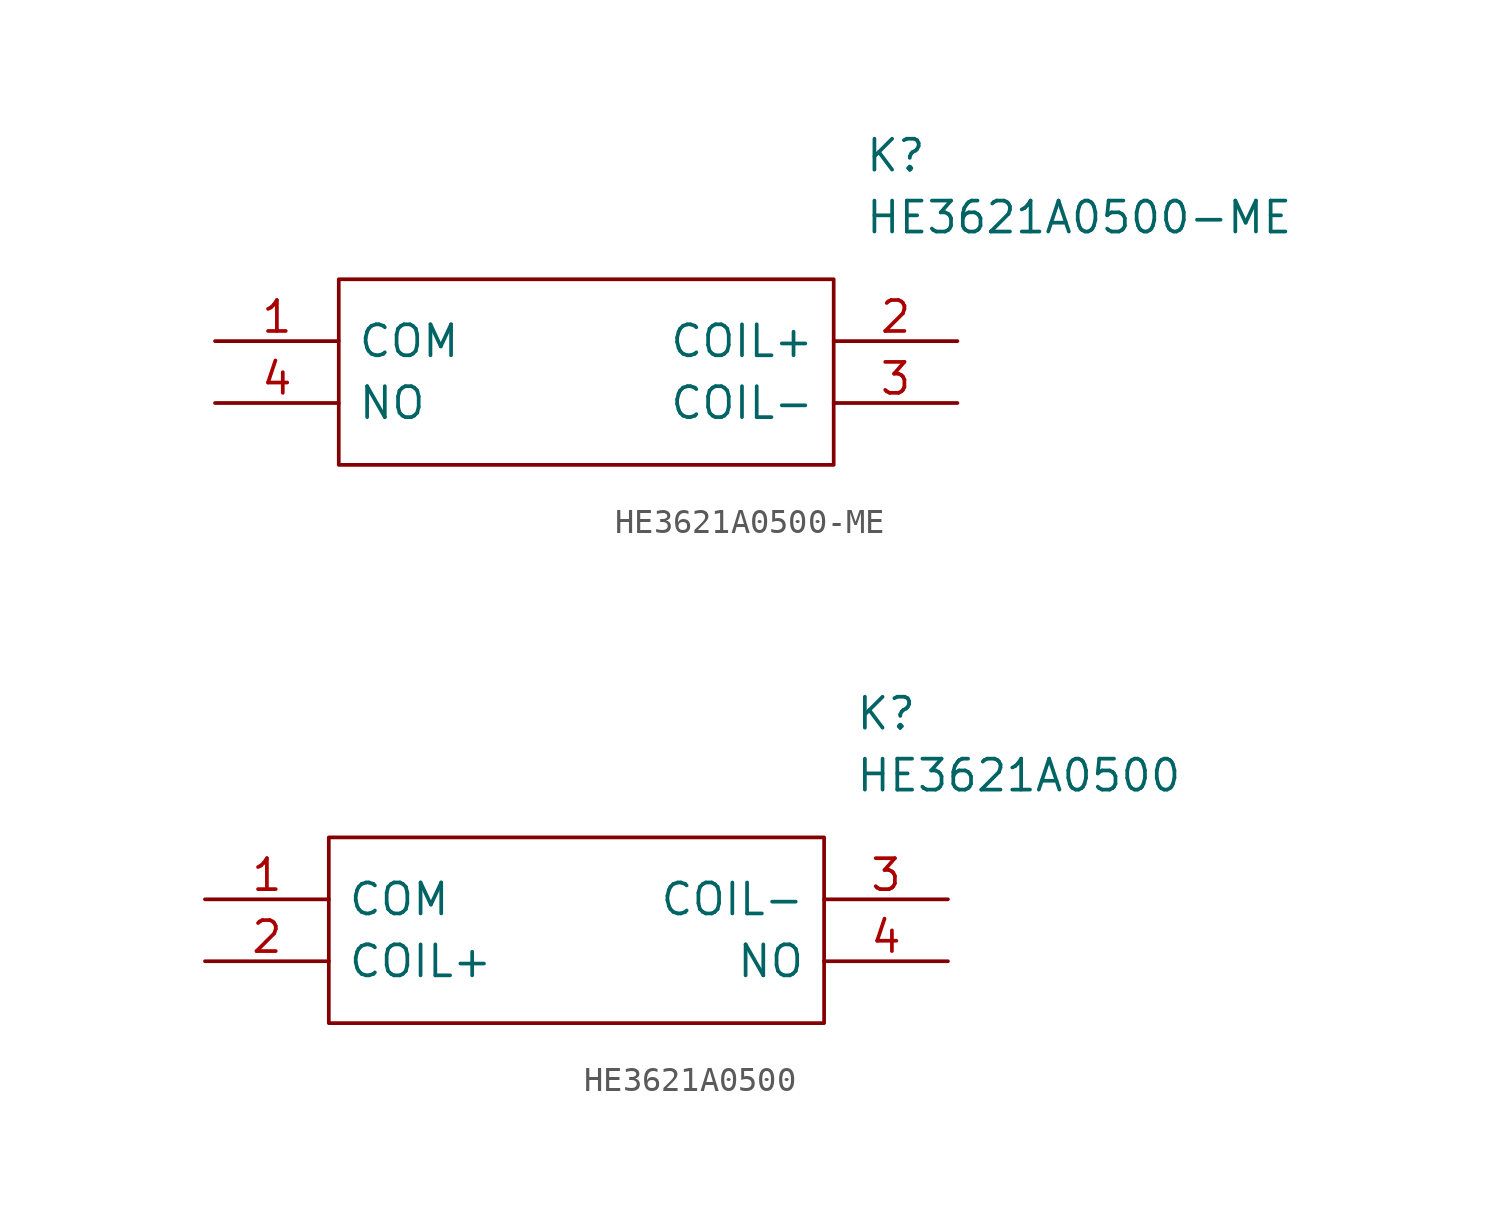
<source format=kicad_sym>
(kicad_symbol_lib
  (version 20211014)
  (generator kicad_symbol_editor)
  (symbol "HE3621A0500-ME"
    (pin_names
      (offset 0.762))
    (property "Reference" "K"
      (at 26.67 7.62 0)
      (effects (font (size 1.27 1.27)) (justify left)))
    (property "Value" "HE3621A0500-ME"
      (at 26.67 5.08 0)
      (effects (font (size 1.27 1.27)) (justify left)))
    (symbol "HE3621A0500-ME_0_0"
      (pin bidirectional line (at 0 0 0) (length 5.08) (name "COM" (effects (font (size 1.27 1.27)))) (number "1" (effects (font (size 1.27 1.27)))))
      (pin bidirectional line (at 30.48 0 180) (length 5.08) (name "COIL+" (effects (font (size 1.27 1.27)))) (number "2" (effects (font (size 1.27 1.27)))))
      (pin bidirectional line (at 30.48 -2.54 180) (length 5.08) (name "COIL-" (effects (font (size 1.27 1.27)))) (number "3" (effects (font (size 1.27 1.27)))))
      (pin bidirectional line (at 0 -2.54 0) (length 5.08) (name "NO" (effects (font (size 1.27 1.27)))) (number "4" (effects (font (size 1.27 1.27))))))
    (symbol "HE3621A0500-ME_0_1"
      (polyline (pts (xy 5.08 2.54) (xy 25.4 2.54) (xy 25.4 -5.08) (xy 5.08 -5.08) (xy 5.08 2.54)) (stroke (width 0.152) (type default) (color 0 0 0 0)) (fill (type none)))))
  (symbol "HE3621A0500"
    (pin_names
      (offset 0.762))
    (property "Reference" "K"
      (at 26.67 7.62 0)
      (effects (font (size 1.27 1.27)) (justify left)))
    (property "Value" "HE3621A0500"
      (at 26.67 5.08 0)
      (effects (font (size 1.27 1.27)) (justify left)))
    (symbol "HE3621A0500_0_0"
      (pin bidirectional line (at 0 0 0) (length 5.08) (name "COM" (effects (font (size 1.27 1.27)))) (number "1" (effects (font (size 1.27 1.27)))))
      (pin bidirectional line (at 0 -2.54 0) (length 5.08) (name "COIL+" (effects (font (size 1.27 1.27)))) (number "2" (effects (font (size 1.27 1.27)))))
      (pin bidirectional line (at 30.48 0 180) (length 5.08) (name "COIL-" (effects (font (size 1.27 1.27)))) (number "3" (effects (font (size 1.27 1.27)))))
      (pin bidirectional line (at 30.48 -2.54 180) (length 5.08) (name "NO" (effects (font (size 1.27 1.27)))) (number "4" (effects (font (size 1.27 1.27))))))
    (symbol "HE3621A0500_0_1"
      (polyline (pts (xy 5.08 2.54) (xy 25.4 2.54) (xy 25.4 -5.08) (xy 5.08 -5.08) (xy 5.08 2.54)) (stroke (width 0.152) (type default) (color 0 0 0 0)) (fill (type none))))))
</source>
